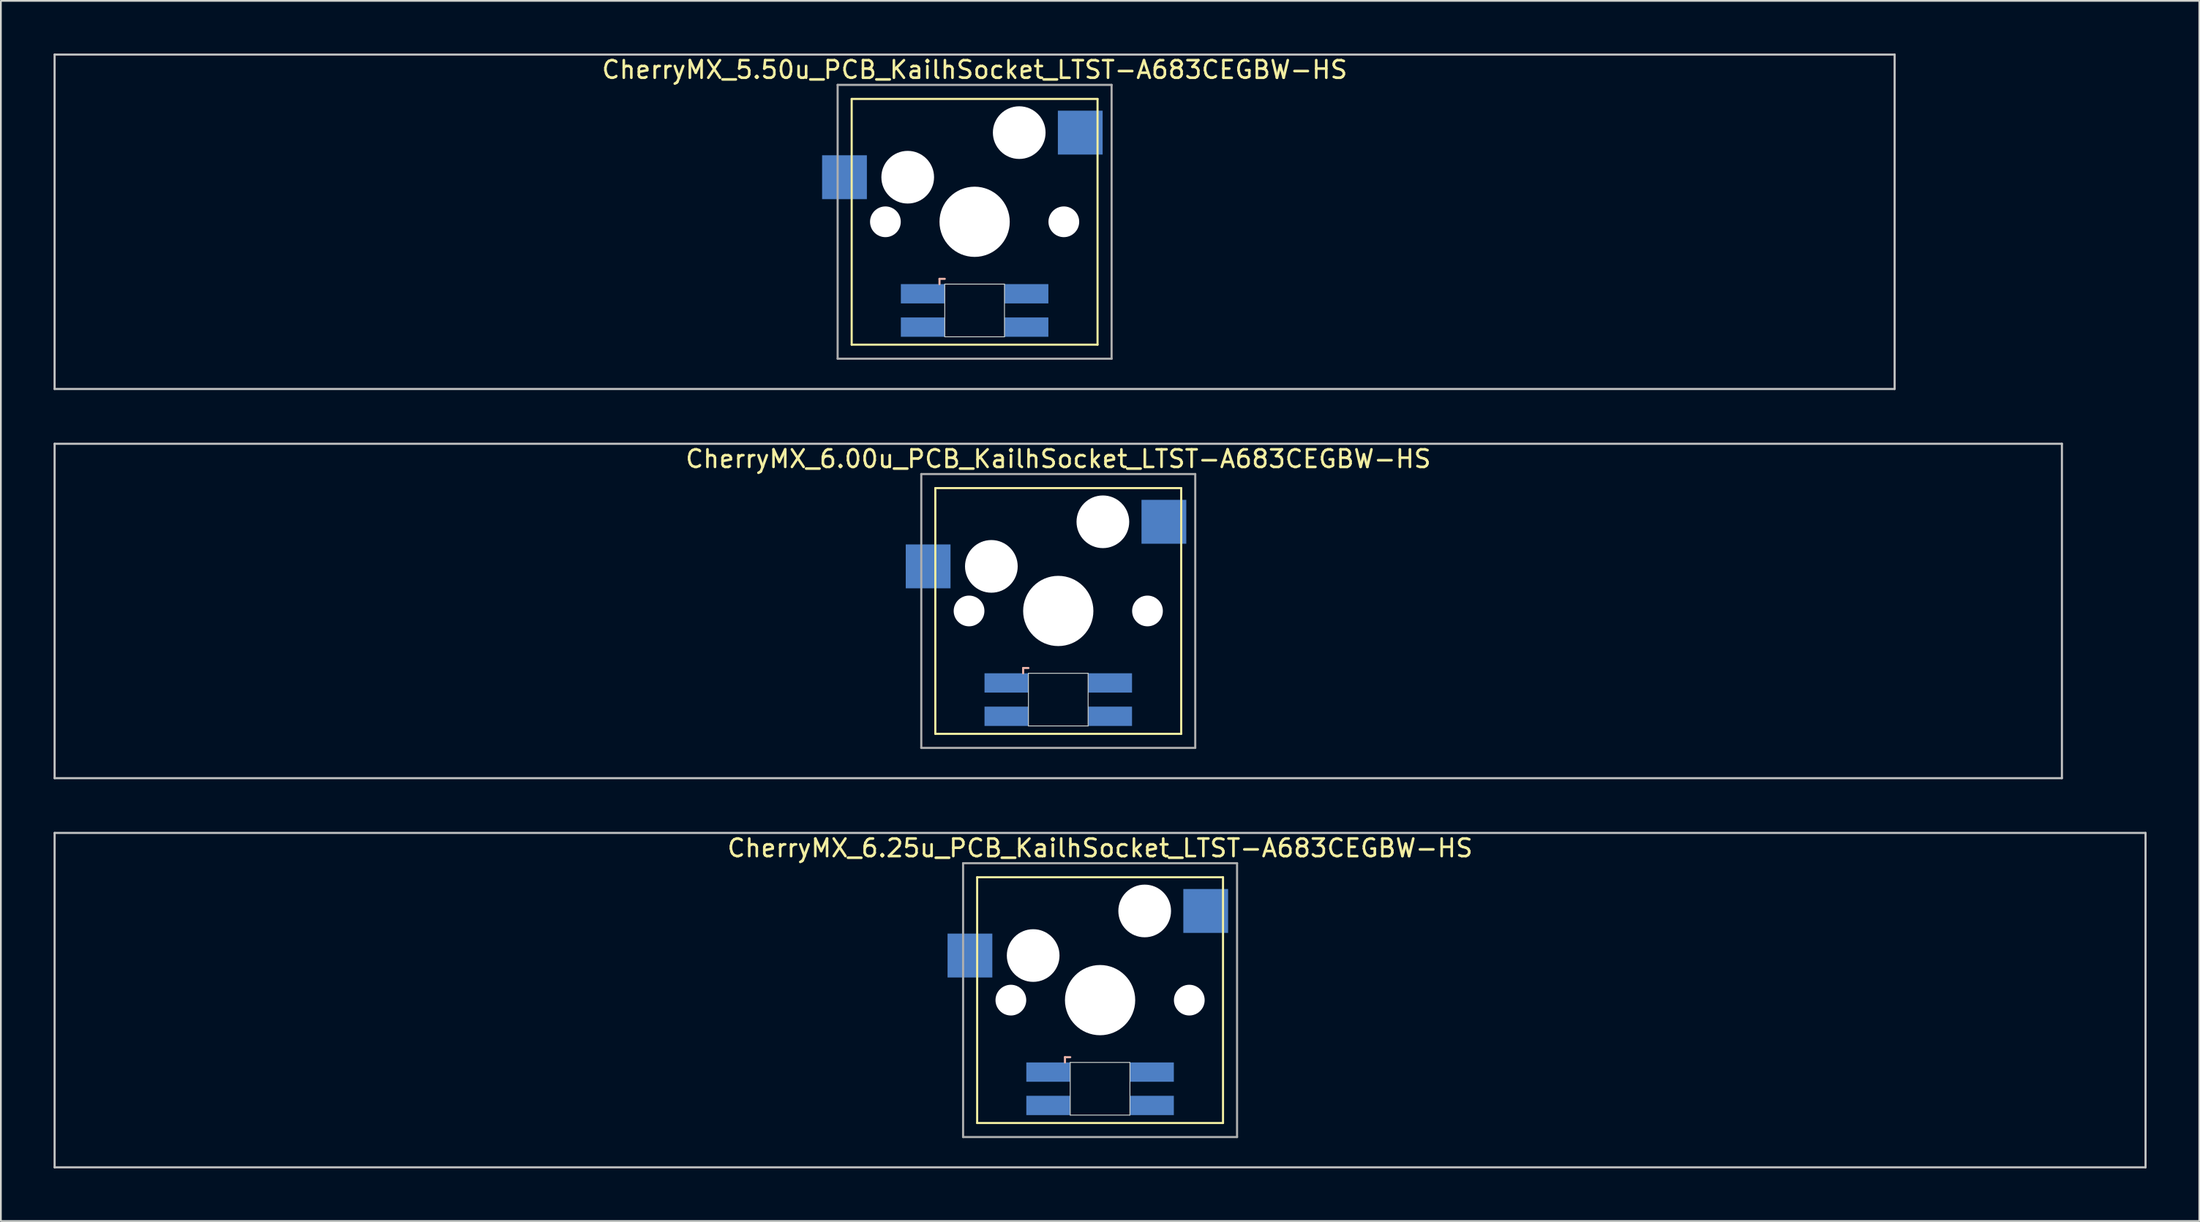
<source format=kicad_pcb>
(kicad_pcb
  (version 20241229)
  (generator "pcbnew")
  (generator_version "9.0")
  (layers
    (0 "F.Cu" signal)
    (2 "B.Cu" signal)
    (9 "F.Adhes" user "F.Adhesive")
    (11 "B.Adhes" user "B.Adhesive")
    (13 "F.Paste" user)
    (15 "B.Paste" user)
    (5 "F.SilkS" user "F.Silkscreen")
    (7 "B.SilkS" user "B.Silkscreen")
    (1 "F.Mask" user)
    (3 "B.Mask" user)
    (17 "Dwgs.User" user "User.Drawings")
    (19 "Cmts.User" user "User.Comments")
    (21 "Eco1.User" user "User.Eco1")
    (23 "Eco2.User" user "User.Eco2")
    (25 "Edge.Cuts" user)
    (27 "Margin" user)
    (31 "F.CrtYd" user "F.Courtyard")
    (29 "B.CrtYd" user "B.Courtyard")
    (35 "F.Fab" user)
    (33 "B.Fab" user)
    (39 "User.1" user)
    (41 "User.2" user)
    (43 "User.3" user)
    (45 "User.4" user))
  (footprint "CherryMX_6.00u_PCB_KailhSocket_LTST-A683CEGBW-HS"
    (layer "F.Cu")
    (at 57.21 31.755)
    (property "Reference" "CherryMX_6.00u_PCB_KailhSocket_LTST-A683CEGBW-HS" (at 0 -8.662 0) (layer "F.SilkS") (effects (font (size 1 1) (thickness 0.15))))
    (attr through_hole)
    (fp_line (start -7 -7) (end -7 7) (stroke (width 0.12) (type solid)) (layer "F.SilkS"))
    (fp_line (start -7 -7) (end 7 -7) (stroke (width 0.12) (type solid)) (layer "F.SilkS"))
    (fp_line (start 7 -7) (end 7 7) (stroke (width 0.12) (type solid)) (layer "F.SilkS"))
    (fp_line (start 7 7) (end -7 7) (stroke (width 0.12) (type solid)) (layer "F.SilkS"))
    (fp_line (start -2 3.25) (end -2 3.55) (stroke (width 0.12) (type solid)) (layer "B.SilkS"))
    (fp_line (start -1.7 3.25) (end -2 3.25) (stroke (width 0.12) (type solid)) (layer "B.SilkS"))
    (fp_line (start -57.15 -9.525) (end 57.15 -9.525) (stroke (width 0.12) (type solid)) (layer "Dwgs.User"))
    (fp_line (start -57.15 9.525) (end -57.15 -9.525) (stroke (width 0.12) (type solid)) (layer "Dwgs.User"))
    (fp_line (start 57.15 -9.525) (end 57.15 9.525) (stroke (width 0.12) (type solid)) (layer "Dwgs.User"))
    (fp_line (start 57.15 9.525) (end -57.15 9.525) (stroke (width 0.12) (type solid)) (layer "Dwgs.User"))
    (fp_line (start -1.7 3.55) (end 1.7 3.55) (stroke (width 0.05) (type solid)) (layer "Edge.Cuts"))
    (fp_line (start -1.7 6.55) (end -1.7 3.55) (stroke (width 0.05) (type solid)) (layer "Edge.Cuts"))
    (fp_line (start 1.7 3.55) (end 1.7 6.55) (stroke (width 0.05) (type solid)) (layer "Edge.Cuts"))
    (fp_line (start 1.7 6.55) (end -1.7 6.55) (stroke (width 0.05) (type solid)) (layer "Edge.Cuts"))
    (fp_line (start -7.8 -7.8) (end -7.8 7.8) (stroke (width 0.12) (type solid)) (layer "F.Fab"))
    (fp_line (start -7.8 -7.8) (end 7.8 -7.8) (stroke (width 0.12) (type solid)) (layer "F.Fab"))
    (fp_line (start -7.8 7.8) (end 7.8 7.8) (stroke (width 0.12) (type solid)) (layer "F.Fab"))
    (fp_line (start 7.8 -7.8) (end 7.8 7.8) (stroke (width 0.12) (type solid)) (layer "F.Fab"))
    (pad "" np_thru_hole circle (at -5.08 0) (size 1.75 1.75) (drill 1.75) (layers "*.Cu" "*.Mask"))
    (pad "" np_thru_hole circle (at -3.81 -2.54) (size 3 3) (drill 3) (layers "*.Cu" "*.Mask"))
    (pad "" np_thru_hole circle (at 0 0) (size 4 4) (drill 4) (layers "*.Cu" "*.Mask"))
    (pad "" np_thru_hole circle (at 2.54 -5.08) (size 3 3) (drill 3) (layers "*.Cu" "*.Mask"))
    (pad "" np_thru_hole circle (at 5.08 0) (size 1.75 1.75) (drill 1.75) (layers "*.Cu" "*.Mask"))
    (pad "1" smd rect (at -7.41 -2.54) (size 2.55 2.5) (layers "B.Cu" "B.Mask" "B.Paste"))
    (pad "2" smd rect (at 6.015 -5.08) (size 2.55 2.5) (layers "B.Cu" "B.Mask" "B.Paste"))
    (pad "3" smd rect (at -2.95 4.1) (size 2.5 1.1) (layers "B.Cu" "B.Mask" "B.Paste"))
    (pad "4" smd rect (at -2.95 6) (size 2.5 1.1) (layers "B.Cu" "B.Mask" "B.Paste"))
    (pad "5" smd rect (at 2.95 4.1) (size 2.5 1.1) (layers "B.Cu" "B.Mask" "B.Paste"))
    (pad "6" smd rect (at 2.95 6) (size 2.5 1.1) (layers "B.Cu" "B.Mask" "B.Paste")))
  (footprint "CherryMX_5.50u_PCB_KailhSocket_LTST-A683CEGBW-HS"
    (layer "F.Cu")
    (at 52.447 9.585)
    (property "Reference" "CherryMX_5.50u_PCB_KailhSocket_LTST-A683CEGBW-HS" (at 0 -8.662 0) (layer "F.SilkS") (effects (font (size 1 1) (thickness 0.15))))
    (attr through_hole)
    (fp_line (start -7 -7) (end -7 7) (stroke (width 0.12) (type solid)) (layer "F.SilkS"))
    (fp_line (start -7 -7) (end 7 -7) (stroke (width 0.12) (type solid)) (layer "F.SilkS"))
    (fp_line (start 7 -7) (end 7 7) (stroke (width 0.12) (type solid)) (layer "F.SilkS"))
    (fp_line (start 7 7) (end -7 7) (stroke (width 0.12) (type solid)) (layer "F.SilkS"))
    (fp_line (start -2 3.25) (end -2 3.55) (stroke (width 0.12) (type solid)) (layer "B.SilkS"))
    (fp_line (start -1.7 3.25) (end -2 3.25) (stroke (width 0.12) (type solid)) (layer "B.SilkS"))
    (fp_line (start -52.388 -9.525) (end 52.388 -9.525) (stroke (width 0.12) (type solid)) (layer "Dwgs.User"))
    (fp_line (start -52.388 9.525) (end -52.388 -9.525) (stroke (width 0.12) (type solid)) (layer "Dwgs.User"))
    (fp_line (start 52.388 -9.525) (end 52.388 9.525) (stroke (width 0.12) (type solid)) (layer "Dwgs.User"))
    (fp_line (start 52.388 9.525) (end -52.388 9.525) (stroke (width 0.12) (type solid)) (layer "Dwgs.User"))
    (fp_line (start -1.7 3.55) (end 1.7 3.55) (stroke (width 0.05) (type solid)) (layer "Edge.Cuts"))
    (fp_line (start -1.7 6.55) (end -1.7 3.55) (stroke (width 0.05) (type solid)) (layer "Edge.Cuts"))
    (fp_line (start 1.7 3.55) (end 1.7 6.55) (stroke (width 0.05) (type solid)) (layer "Edge.Cuts"))
    (fp_line (start 1.7 6.55) (end -1.7 6.55) (stroke (width 0.05) (type solid)) (layer "Edge.Cuts"))
    (fp_line (start -7.8 -7.8) (end -7.8 7.8) (stroke (width 0.12) (type solid)) (layer "F.Fab"))
    (fp_line (start -7.8 -7.8) (end 7.8 -7.8) (stroke (width 0.12) (type solid)) (layer "F.Fab"))
    (fp_line (start -7.8 7.8) (end 7.8 7.8) (stroke (width 0.12) (type solid)) (layer "F.Fab"))
    (fp_line (start 7.8 -7.8) (end 7.8 7.8) (stroke (width 0.12) (type solid)) (layer "F.Fab"))
    (pad "" np_thru_hole circle (at -5.08 0) (size 1.75 1.75) (drill 1.75) (layers "*.Cu" "*.Mask"))
    (pad "" np_thru_hole circle (at -3.81 -2.54) (size 3 3) (drill 3) (layers "*.Cu" "*.Mask"))
    (pad "" np_thru_hole circle (at 0 0) (size 4 4) (drill 4) (layers "*.Cu" "*.Mask"))
    (pad "" np_thru_hole circle (at 2.54 -5.08) (size 3 3) (drill 3) (layers "*.Cu" "*.Mask"))
    (pad "" np_thru_hole circle (at 5.08 0) (size 1.75 1.75) (drill 1.75) (layers "*.Cu" "*.Mask"))
    (pad "1" smd rect (at -7.41 -2.54) (size 2.55 2.5) (layers "B.Cu" "B.Mask" "B.Paste"))
    (pad "2" smd rect (at 6.015 -5.08) (size 2.55 2.5) (layers "B.Cu" "B.Mask" "B.Paste"))
    (pad "3" smd rect (at -2.95 4.1) (size 2.5 1.1) (layers "B.Cu" "B.Mask" "B.Paste"))
    (pad "4" smd rect (at -2.95 6) (size 2.5 1.1) (layers "B.Cu" "B.Mask" "B.Paste"))
    (pad "5" smd rect (at 2.95 4.1) (size 2.5 1.1) (layers "B.Cu" "B.Mask" "B.Paste"))
    (pad "6" smd rect (at 2.95 6) (size 2.5 1.1) (layers "B.Cu" "B.Mask" "B.Paste")))
  (footprint "CherryMX_6.25u_PCB_KailhSocket_LTST-A683CEGBW-HS"
    (layer "F.Cu")
    (at 59.591 53.925)
    (property "Reference" "CherryMX_6.25u_PCB_KailhSocket_LTST-A683CEGBW-HS" (at 0 -8.662 0) (layer "F.SilkS") (effects (font (size 1 1) (thickness 0.15))))
    (attr through_hole)
    (fp_line (start -7 -7) (end -7 7) (stroke (width 0.12) (type solid)) (layer "F.SilkS"))
    (fp_line (start -7 -7) (end 7 -7) (stroke (width 0.12) (type solid)) (layer "F.SilkS"))
    (fp_line (start 7 -7) (end 7 7) (stroke (width 0.12) (type solid)) (layer "F.SilkS"))
    (fp_line (start 7 7) (end -7 7) (stroke (width 0.12) (type solid)) (layer "F.SilkS"))
    (fp_line (start -2 3.25) (end -2 3.55) (stroke (width 0.12) (type solid)) (layer "B.SilkS"))
    (fp_line (start -1.7 3.25) (end -2 3.25) (stroke (width 0.12) (type solid)) (layer "B.SilkS"))
    (fp_line (start -59.531 -9.525) (end 59.531 -9.525) (stroke (width 0.12) (type solid)) (layer "Dwgs.User"))
    (fp_line (start -59.531 9.525) (end -59.531 -9.525) (stroke (width 0.12) (type solid)) (layer "Dwgs.User"))
    (fp_line (start 59.531 -9.525) (end 59.531 9.525) (stroke (width 0.12) (type solid)) (layer "Dwgs.User"))
    (fp_line (start 59.531 9.525) (end -59.531 9.525) (stroke (width 0.12) (type solid)) (layer "Dwgs.User"))
    (fp_line (start -1.7 3.55) (end 1.7 3.55) (stroke (width 0.05) (type solid)) (layer "Edge.Cuts"))
    (fp_line (start -1.7 6.55) (end -1.7 3.55) (stroke (width 0.05) (type solid)) (layer "Edge.Cuts"))
    (fp_line (start 1.7 3.55) (end 1.7 6.55) (stroke (width 0.05) (type solid)) (layer "Edge.Cuts"))
    (fp_line (start 1.7 6.55) (end -1.7 6.55) (stroke (width 0.05) (type solid)) (layer "Edge.Cuts"))
    (fp_line (start -7.8 -7.8) (end -7.8 7.8) (stroke (width 0.12) (type solid)) (layer "F.Fab"))
    (fp_line (start -7.8 -7.8) (end 7.8 -7.8) (stroke (width 0.12) (type solid)) (layer "F.Fab"))
    (fp_line (start -7.8 7.8) (end 7.8 7.8) (stroke (width 0.12) (type solid)) (layer "F.Fab"))
    (fp_line (start 7.8 -7.8) (end 7.8 7.8) (stroke (width 0.12) (type solid)) (layer "F.Fab"))
    (pad "" np_thru_hole circle (at -5.08 0) (size 1.75 1.75) (drill 1.75) (layers "*.Cu" "*.Mask"))
    (pad "" np_thru_hole circle (at -3.81 -2.54) (size 3 3) (drill 3) (layers "*.Cu" "*.Mask"))
    (pad "" np_thru_hole circle (at 0 0) (size 4 4) (drill 4) (layers "*.Cu" "*.Mask"))
    (pad "" np_thru_hole circle (at 2.54 -5.08) (size 3 3) (drill 3) (layers "*.Cu" "*.Mask"))
    (pad "" np_thru_hole circle (at 5.08 0) (size 1.75 1.75) (drill 1.75) (layers "*.Cu" "*.Mask"))
    (pad "1" smd rect (at -7.41 -2.54) (size 2.55 2.5) (layers "B.Cu" "B.Mask" "B.Paste"))
    (pad "2" smd rect (at 6.015 -5.08) (size 2.55 2.5) (layers "B.Cu" "B.Mask" "B.Paste"))
    (pad "3" smd rect (at -2.95 4.1) (size 2.5 1.1) (layers "B.Cu" "B.Mask" "B.Paste"))
    (pad "4" smd rect (at -2.95 6) (size 2.5 1.1) (layers "B.Cu" "B.Mask" "B.Paste"))
    (pad "5" smd rect (at 2.95 4.1) (size 2.5 1.1) (layers "B.Cu" "B.Mask" "B.Paste"))
    (pad "6" smd rect (at 2.95 6) (size 2.5 1.1) (layers "B.Cu" "B.Mask" "B.Paste")))
  (gr_rect
    (start -3 -3)
    (end 122.183 66.51)
    (stroke (width 0.1) (type default))
    (fill no)
    (layer "Edge.Cuts")))
</source>
